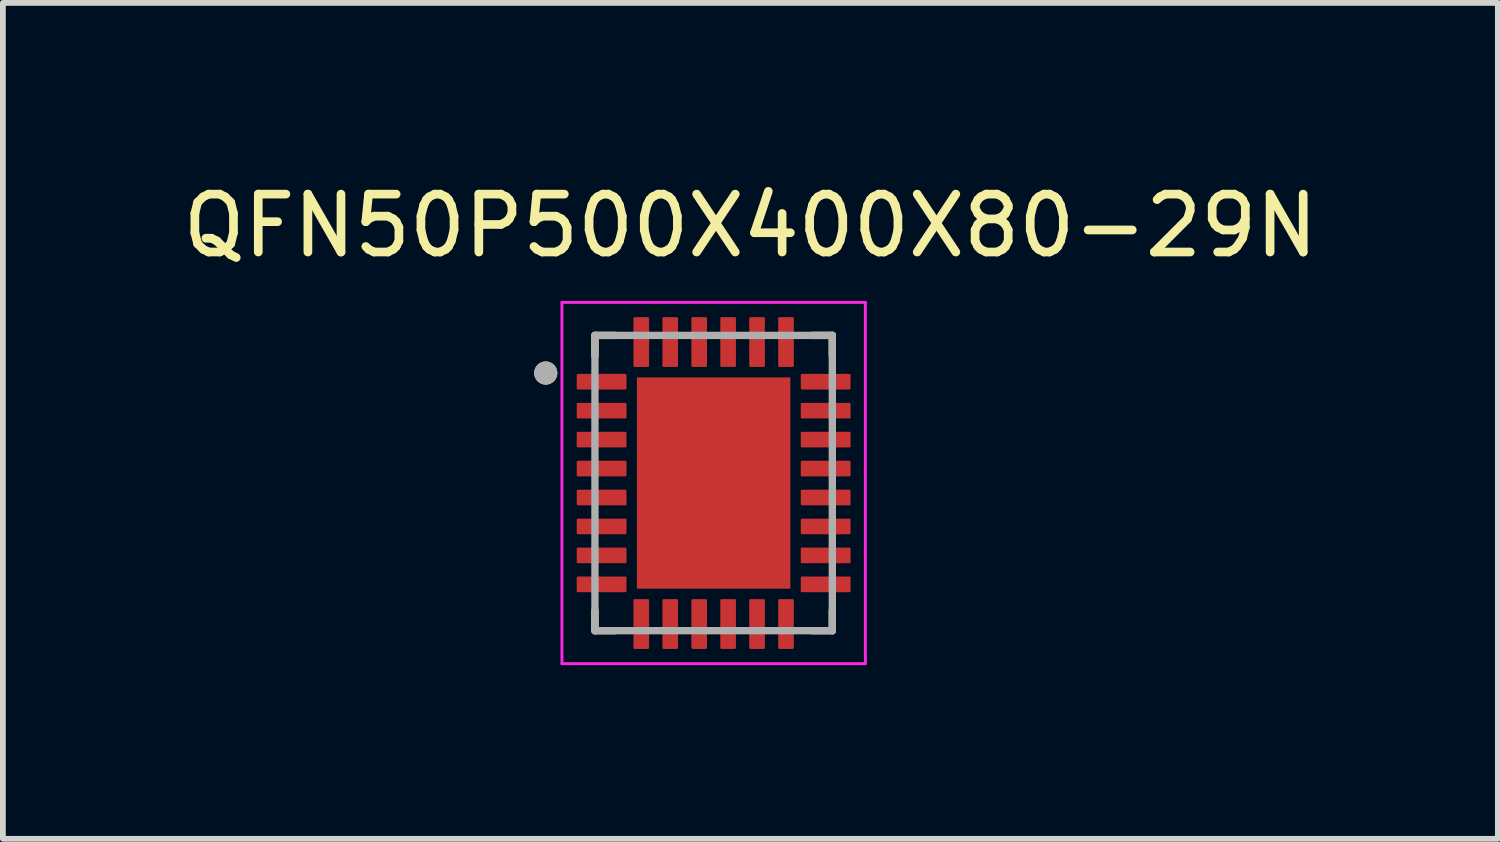
<source format=kicad_pcb>
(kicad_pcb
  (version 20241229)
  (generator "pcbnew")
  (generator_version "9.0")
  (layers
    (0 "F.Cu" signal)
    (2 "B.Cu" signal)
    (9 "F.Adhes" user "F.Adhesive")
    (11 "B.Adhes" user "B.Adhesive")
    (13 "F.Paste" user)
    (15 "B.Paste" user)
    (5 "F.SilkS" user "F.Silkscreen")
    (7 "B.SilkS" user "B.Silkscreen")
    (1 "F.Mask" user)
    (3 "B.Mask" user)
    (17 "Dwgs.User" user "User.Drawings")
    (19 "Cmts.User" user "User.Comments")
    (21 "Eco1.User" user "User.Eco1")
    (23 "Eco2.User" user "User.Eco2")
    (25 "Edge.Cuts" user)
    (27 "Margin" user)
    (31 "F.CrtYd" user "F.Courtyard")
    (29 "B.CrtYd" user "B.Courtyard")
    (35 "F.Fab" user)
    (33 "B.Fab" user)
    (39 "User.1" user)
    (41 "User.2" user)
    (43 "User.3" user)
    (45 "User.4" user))
  (footprint "QFN50P500X400X80-29N"
    (layer "F.Cu")
    (at 9.276 5.293)
    (property "Reference" "QFN50P500X400X80-29N" (at 0.635 -4.445 0) (layer "F.SilkS") (effects (font (size 1 1) (thickness 0.15))))
    (attr smd)
    (fp_line (start -2.05 -2.55) (end -2.05 -2.2) (stroke (width 0.127) (type solid)) (layer "F.SilkS"))
    (fp_line (start -2.05 2.55) (end -2.05 2.2) (stroke (width 0.127) (type solid)) (layer "F.SilkS"))
    (fp_line (start -1.7 -2.55) (end -2.05 -2.55) (stroke (width 0.127) (type solid)) (layer "F.SilkS"))
    (fp_line (start -1.7 2.55) (end -2.05 2.55) (stroke (width 0.127) (type solid)) (layer "F.SilkS"))
    (fp_line (start 1.7 -2.55) (end 2.05 -2.55) (stroke (width 0.127) (type solid)) (layer "F.SilkS"))
    (fp_line (start 1.7 2.55) (end 2.05 2.55) (stroke (width 0.127) (type solid)) (layer "F.SilkS"))
    (fp_line (start 2.05 -2.55) (end 2.05 -2.2) (stroke (width 0.127) (type solid)) (layer "F.SilkS"))
    (fp_line (start 2.05 2.55) (end 2.05 2.2) (stroke (width 0.127) (type solid)) (layer "F.SilkS"))
    (fp_circle (center -2.9 -1.9) (end -2.8 -1.9) (stroke (width 0.2) (type solid)) (fill no) (layer "F.SilkS"))
    (fp_poly (pts (xy -1.03 -1.53) (xy -0.15 -1.53) (xy -0.15 -0.15) (xy -1.03 -0.15)) (stroke (width 0.01) (type solid)) (fill yes) (layer "F.Paste"))
    (fp_poly (pts (xy -1.03 0.15) (xy -0.15 0.15) (xy -0.15 1.53) (xy -1.03 1.53)) (stroke (width 0.01) (type solid)) (fill yes) (layer "F.Paste"))
    (fp_poly (pts (xy 0.15 -1.53) (xy 1.03 -1.53) (xy 1.03 -0.15) (xy 0.15 -0.15)) (stroke (width 0.01) (type solid)) (fill yes) (layer "F.Paste"))
    (fp_poly (pts (xy 0.15 0.15) (xy 1.03 0.15) (xy 1.03 1.53) (xy 0.15 1.53)) (stroke (width 0.01) (type solid)) (fill yes) (layer "F.Paste"))
    (fp_line (start -2.62 -3.12) (end 2.62 -3.12) (stroke (width 0.05) (type solid)) (layer "F.CrtYd"))
    (fp_line (start -2.62 3.12) (end -2.62 -3.12) (stroke (width 0.05) (type solid)) (layer "F.CrtYd"))
    (fp_line (start 2.62 -3.12) (end 2.62 3.12) (stroke (width 0.05) (type solid)) (layer "F.CrtYd"))
    (fp_line (start 2.62 3.12) (end -2.62 3.12) (stroke (width 0.05) (type solid)) (layer "F.CrtYd"))
    (fp_line (start -2.05 -2.55) (end 2.05 -2.55) (stroke (width 0.127) (type solid)) (layer "F.Fab"))
    (fp_line (start -2.05 2.55) (end -2.05 -2.55) (stroke (width 0.127) (type solid)) (layer "F.Fab"))
    (fp_line (start 2.05 -2.55) (end 2.05 2.55) (stroke (width 0.127) (type solid)) (layer "F.Fab"))
    (fp_line (start 2.05 2.55) (end -2.05 2.55) (stroke (width 0.127) (type solid)) (layer "F.Fab"))
    (fp_circle (center -2.9 -1.9) (end -2.8 -1.9) (stroke (width 0.2) (type solid)) (fill no) (layer "F.Fab"))
    (pad "1" smd roundrect (at -1.935 -1.75) (size 0.86 0.27) (layers "F.Cu" "F.Mask" "F.Paste") (roundrect_rratio 0.07))
    (pad "2" smd roundrect (at -1.935 -1.25) (size 0.86 0.27) (layers "F.Cu" "F.Mask" "F.Paste") (roundrect_rratio 0.07))
    (pad "3" smd roundrect (at -1.935 -0.75) (size 0.86 0.27) (layers "F.Cu" "F.Mask" "F.Paste") (roundrect_rratio 0.07))
    (pad "4" smd roundrect (at -1.935 -0.25) (size 0.86 0.27) (layers "F.Cu" "F.Mask" "F.Paste") (roundrect_rratio 0.07))
    (pad "5" smd roundrect (at -1.935 0.25) (size 0.86 0.27) (layers "F.Cu" "F.Mask" "F.Paste") (roundrect_rratio 0.07))
    (pad "6" smd roundrect (at -1.935 0.75) (size 0.86 0.27) (layers "F.Cu" "F.Mask" "F.Paste") (roundrect_rratio 0.07))
    (pad "7" smd roundrect (at -1.935 1.25) (size 0.86 0.27) (layers "F.Cu" "F.Mask" "F.Paste") (roundrect_rratio 0.07))
    (pad "8" smd roundrect (at -1.935 1.75) (size 0.86 0.27) (layers "F.Cu" "F.Mask" "F.Paste") (roundrect_rratio 0.07))
    (pad "9" smd roundrect (at -1.25 2.435 90) (size 0.86 0.27) (layers "F.Cu" "F.Mask" "F.Paste") (roundrect_rratio 0.07))
    (pad "10" smd roundrect (at -0.75 2.435 90) (size 0.86 0.27) (layers "F.Cu" "F.Mask" "F.Paste") (roundrect_rratio 0.07))
    (pad "11" smd roundrect (at -0.25 2.435 90) (size 0.86 0.27) (layers "F.Cu" "F.Mask" "F.Paste") (roundrect_rratio 0.07))
    (pad "12" smd roundrect (at 0.25 2.435 90) (size 0.86 0.27) (layers "F.Cu" "F.Mask" "F.Paste") (roundrect_rratio 0.07))
    (pad "13" smd roundrect (at 0.75 2.435 90) (size 0.86 0.27) (layers "F.Cu" "F.Mask" "F.Paste") (roundrect_rratio 0.07))
    (pad "14" smd roundrect (at 1.25 2.435 90) (size 0.86 0.27) (layers "F.Cu" "F.Mask" "F.Paste") (roundrect_rratio 0.07))
    (pad "15" smd roundrect (at 1.935 1.75 180) (size 0.86 0.27) (layers "F.Cu" "F.Mask" "F.Paste") (roundrect_rratio 0.07))
    (pad "16" smd roundrect (at 1.935 1.25 180) (size 0.86 0.27) (layers "F.Cu" "F.Mask" "F.Paste") (roundrect_rratio 0.07))
    (pad "17" smd roundrect (at 1.935 0.75 180) (size 0.86 0.27) (layers "F.Cu" "F.Mask" "F.Paste") (roundrect_rratio 0.07))
    (pad "18" smd roundrect (at 1.935 0.25 180) (size 0.86 0.27) (layers "F.Cu" "F.Mask" "F.Paste") (roundrect_rratio 0.07))
    (pad "19" smd roundrect (at 1.935 -0.25 180) (size 0.86 0.27) (layers "F.Cu" "F.Mask" "F.Paste") (roundrect_rratio 0.07))
    (pad "20" smd roundrect (at 1.935 -0.75 180) (size 0.86 0.27) (layers "F.Cu" "F.Mask" "F.Paste") (roundrect_rratio 0.07))
    (pad "21" smd roundrect (at 1.935 -1.25 180) (size 0.86 0.27) (layers "F.Cu" "F.Mask" "F.Paste") (roundrect_rratio 0.07))
    (pad "22" smd roundrect (at 1.935 -1.75 180) (size 0.86 0.27) (layers "F.Cu" "F.Mask" "F.Paste") (roundrect_rratio 0.07))
    (pad "23" smd roundrect (at 1.25 -2.435 270) (size 0.86 0.27) (layers "F.Cu" "F.Mask" "F.Paste") (roundrect_rratio 0.07))
    (pad "24" smd roundrect (at 0.75 -2.435 270) (size 0.86 0.27) (layers "F.Cu" "F.Mask" "F.Paste") (roundrect_rratio 0.07))
    (pad "25" smd roundrect (at 0.25 -2.435 270) (size 0.86 0.27) (layers "F.Cu" "F.Mask" "F.Paste") (roundrect_rratio 0.07))
    (pad "26" smd roundrect (at -0.25 -2.435 270) (size 0.86 0.27) (layers "F.Cu" "F.Mask" "F.Paste") (roundrect_rratio 0.07))
    (pad "27" smd roundrect (at -0.75 -2.435 270) (size 0.86 0.27) (layers "F.Cu" "F.Mask" "F.Paste") (roundrect_rratio 0.07))
    (pad "28" smd roundrect (at -1.25 -2.435 270) (size 0.86 0.27) (layers "F.Cu" "F.Mask" "F.Paste") (roundrect_rratio 0.07))
    (pad "29" smd rect (at 0 0 90) (size 3.65 2.65) (layers "F.Cu" "F.Mask")))
  (gr_rect
    (start -3 -3)
    (end 22.821 11.438)
    (stroke (width 0.1) (type default))
    (fill no)
    (layer "Edge.Cuts")))
</source>
